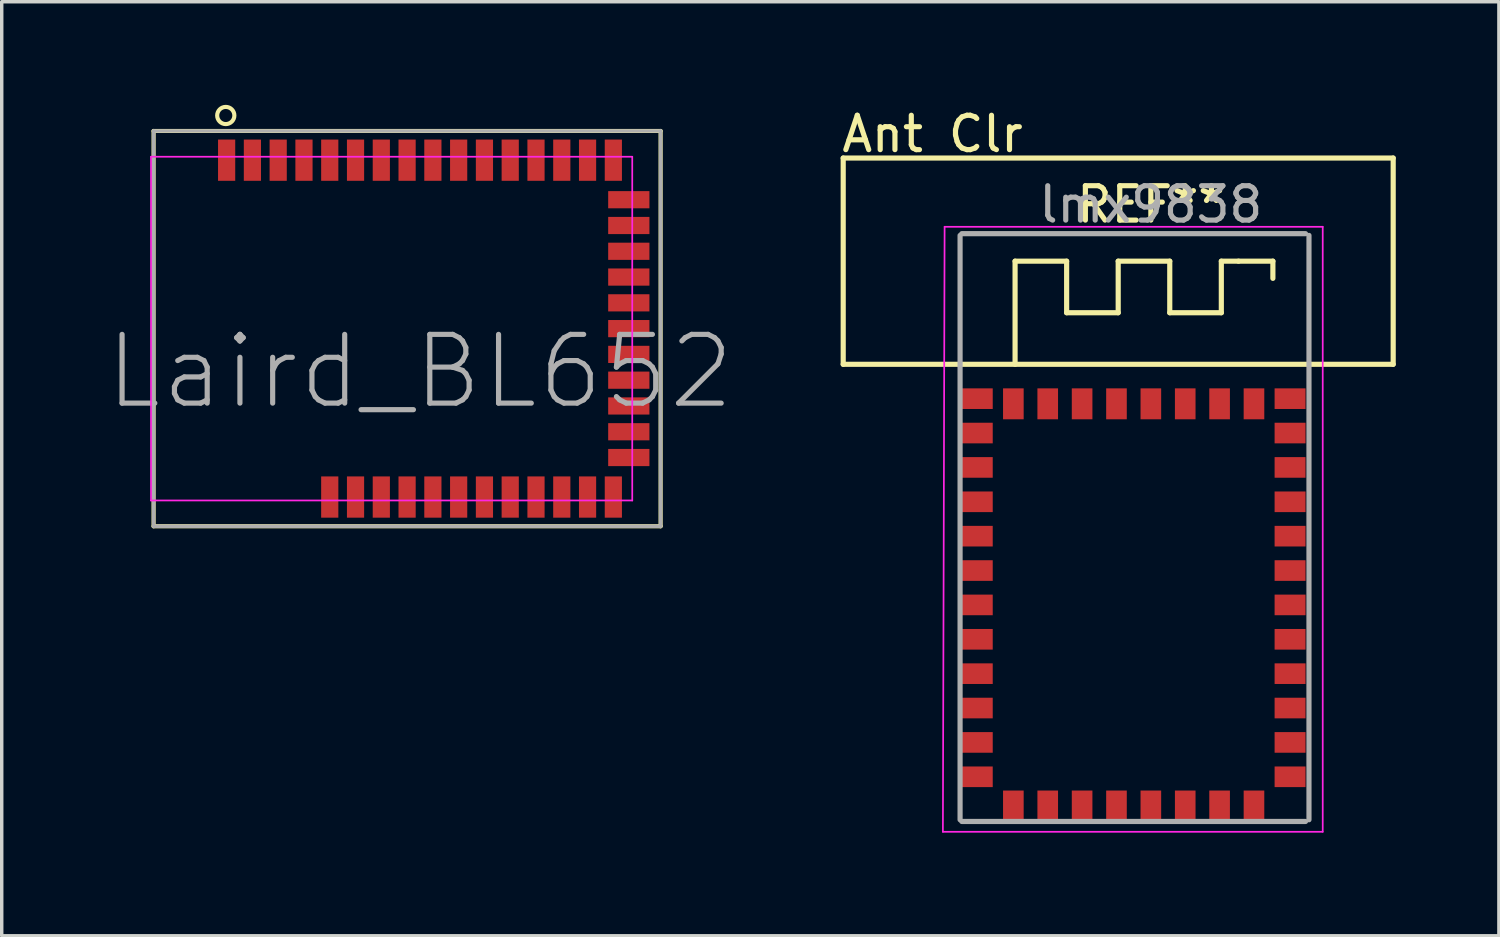
<source format=kicad_pcb>
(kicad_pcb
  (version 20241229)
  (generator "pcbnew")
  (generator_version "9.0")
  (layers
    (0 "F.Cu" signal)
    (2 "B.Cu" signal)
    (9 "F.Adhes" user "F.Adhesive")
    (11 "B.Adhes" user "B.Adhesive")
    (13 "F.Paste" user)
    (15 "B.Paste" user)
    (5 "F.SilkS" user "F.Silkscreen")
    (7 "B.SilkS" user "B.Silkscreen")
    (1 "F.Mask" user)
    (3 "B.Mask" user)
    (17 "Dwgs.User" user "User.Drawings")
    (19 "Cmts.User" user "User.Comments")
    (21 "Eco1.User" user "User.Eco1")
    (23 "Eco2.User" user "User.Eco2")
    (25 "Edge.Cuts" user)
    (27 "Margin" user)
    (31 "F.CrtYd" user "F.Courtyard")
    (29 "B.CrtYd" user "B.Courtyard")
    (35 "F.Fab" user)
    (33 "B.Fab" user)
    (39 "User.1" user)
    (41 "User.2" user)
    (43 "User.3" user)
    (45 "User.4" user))
  (footprint "Laird_BL652"
    (layer "F.Cu")
    (at 9.168 6.51)
    (property "Reference" "Laird_BL652" (at 0 1.25 0) (layer "F.Fab") (effects (font (size 2 2) (thickness 0.15))))
    (attr through_hole)
    (fp_line (start -7.75 -5.75) (end 7 -5.75) (stroke (width 0.12) (type solid)) (layer "F.SilkS"))
    (fp_line (start -7.75 5.75) (end -7.75 -5.75) (stroke (width 0.12) (type solid)) (layer "F.SilkS"))
    (fp_line (start 7 -5.75) (end 7 5.75) (stroke (width 0.12) (type solid)) (layer "F.SilkS"))
    (fp_line (start 7 5.75) (end -7.75 5.75) (stroke (width 0.12) (type solid)) (layer "F.SilkS"))
    (fp_circle (center -5.65 -6.2) (end -5.65 -5.95) (stroke (width 0.12) (type solid)) (fill no) (layer "F.SilkS"))
    (fp_line (start -7.825 -5) (end -7.825 5) (stroke (width 0.05) (type solid)) (layer "F.CrtYd"))
    (fp_line (start -7.825 -5) (end 6.175 -5) (stroke (width 0.05) (type solid)) (layer "F.CrtYd"))
    (fp_line (start 6.175 -5) (end 6.175 5) (stroke (width 0.05) (type solid)) (layer "F.CrtYd"))
    (fp_line (start 6.175 5) (end -7.825 5) (stroke (width 0.05) (type solid)) (layer "F.CrtYd"))
    (fp_line (start -7.75 -5.75) (end 7 -5.75) (stroke (width 0.1) (type solid)) (layer "F.Fab"))
    (fp_line (start -7.75 5.75) (end -7.75 -5.75) (stroke (width 0.1) (type solid)) (layer "F.Fab"))
    (fp_line (start 7 -5.75) (end 7 5.75) (stroke (width 0.1) (type solid)) (layer "F.Fab"))
    (fp_line (start 7 5.75) (end -7.75 5.75) (stroke (width 0.1) (type solid)) (layer "F.Fab"))
    (pad "1" smd rect (at -5.625 -4.9 90) (size 1.2 0.5) (layers "F.Cu" "F.Mask" "F.Paste"))
    (pad "2" smd rect (at -4.875 -4.9 90) (size 1.2 0.5) (layers "F.Cu" "F.Mask" "F.Paste"))
    (pad "3" smd rect (at -4.125 -4.9 90) (size 1.2 0.5) (layers "F.Cu" "F.Mask" "F.Paste"))
    (pad "4" smd rect (at -3.375 -4.9 90) (size 1.2 0.5) (layers "F.Cu" "F.Mask" "F.Paste"))
    (pad "5" smd rect (at -2.625 -4.9 90) (size 1.2 0.5) (layers "F.Cu" "F.Mask" "F.Paste"))
    (pad "6" smd rect (at -1.875 -4.9 90) (size 1.2 0.5) (layers "F.Cu" "F.Mask" "F.Paste"))
    (pad "7" smd rect (at -1.125 -4.9 90) (size 1.2 0.5) (layers "F.Cu" "F.Mask" "F.Paste"))
    (pad "8" smd rect (at -0.375 -4.9 90) (size 1.2 0.5) (layers "F.Cu" "F.Mask" "F.Paste"))
    (pad "9" smd rect (at 0.375 -4.9 90) (size 1.2 0.5) (layers "F.Cu" "F.Mask" "F.Paste"))
    (pad "10" smd rect (at 1.125 -4.9 90) (size 1.2 0.5) (layers "F.Cu" "F.Mask" "F.Paste"))
    (pad "11" smd rect (at 1.875 -4.9 90) (size 1.2 0.5) (layers "F.Cu" "F.Mask" "F.Paste"))
    (pad "12" smd rect (at 2.625 -4.9 90) (size 1.2 0.5) (layers "F.Cu" "F.Mask" "F.Paste"))
    (pad "13" smd rect (at 3.375 -4.9 90) (size 1.2 0.5) (layers "F.Cu" "F.Mask" "F.Paste"))
    (pad "14" smd rect (at 4.125 -4.9 90) (size 1.2 0.5) (layers "F.Cu" "F.Mask" "F.Paste"))
    (pad "15" smd rect (at 4.875 -4.9 90) (size 1.2 0.5) (layers "F.Cu" "F.Mask" "F.Paste"))
    (pad "16" smd rect (at 5.625 -4.9 90) (size 1.2 0.5) (layers "F.Cu" "F.Mask" "F.Paste"))
    (pad "17" smd rect (at 6.075 -3.75) (size 1.2 0.5) (layers "F.Cu" "F.Mask" "F.Paste"))
    (pad "18" smd rect (at 6.075 -3) (size 1.2 0.5) (layers "F.Cu" "F.Mask" "F.Paste"))
    (pad "19" smd rect (at 6.075 -2.25) (size 1.2 0.5) (layers "F.Cu" "F.Mask" "F.Paste"))
    (pad "20" smd rect (at 6.075 -1.5) (size 1.2 0.5) (layers "F.Cu" "F.Mask" "F.Paste"))
    (pad "21" smd rect (at 6.075 -0.75) (size 1.2 0.5) (layers "F.Cu" "F.Mask" "F.Paste"))
    (pad "22" smd rect (at 6.075 0) (size 1.2 0.5) (layers "F.Cu" "F.Mask" "F.Paste"))
    (pad "23" smd rect (at 6.075 0.75) (size 1.2 0.5) (layers "F.Cu" "F.Mask" "F.Paste"))
    (pad "24" smd rect (at 6.075 1.5) (size 1.2 0.5) (layers "F.Cu" "F.Mask" "F.Paste"))
    (pad "25" smd rect (at 6.075 2.25) (size 1.2 0.5) (layers "F.Cu" "F.Mask" "F.Paste"))
    (pad "26" smd rect (at 6.075 3) (size 1.2 0.5) (layers "F.Cu" "F.Mask" "F.Paste"))
    (pad "27" smd rect (at 6.075 3.75) (size 1.2 0.5) (layers "F.Cu" "F.Mask" "F.Paste"))
    (pad "28" smd rect (at 5.625 4.9 90) (size 1.2 0.5) (layers "F.Cu" "F.Mask" "F.Paste"))
    (pad "29" smd rect (at 4.875 4.9 90) (size 1.2 0.5) (layers "F.Cu" "F.Mask" "F.Paste"))
    (pad "30" smd rect (at 4.125 4.9 90) (size 1.2 0.5) (layers "F.Cu" "F.Mask" "F.Paste"))
    (pad "31" smd rect (at 3.375 4.9 90) (size 1.2 0.5) (layers "F.Cu" "F.Mask" "F.Paste"))
    (pad "32" smd rect (at 2.625 4.9 90) (size 1.2 0.5) (layers "F.Cu" "F.Mask" "F.Paste"))
    (pad "33" smd rect (at 1.875 4.9 90) (size 1.2 0.5) (layers "F.Cu" "F.Mask" "F.Paste"))
    (pad "34" smd rect (at 1.125 4.9 90) (size 1.2 0.5) (layers "F.Cu" "F.Mask" "F.Paste"))
    (pad "35" smd rect (at 0.375 4.9 90) (size 1.2 0.5) (layers "F.Cu" "F.Mask" "F.Paste"))
    (pad "36" smd rect (at -0.375 4.9 90) (size 1.2 0.5) (layers "F.Cu" "F.Mask" "F.Paste"))
    (pad "37" smd rect (at -1.125 4.9 90) (size 1.2 0.5) (layers "F.Cu" "F.Mask" "F.Paste"))
    (pad "38" smd rect (at -1.875 4.9 90) (size 1.2 0.5) (layers "F.Cu" "F.Mask" "F.Paste"))
    (pad "39" smd rect (at -2.625 4.9 90) (size 1.2 0.5) (layers "F.Cu" "F.Mask" "F.Paste")))
  (footprint "lmx9838"
    (layer "F.Cu")
    (at 29.93 14.548)
    (property "Reference" "lmx9838" (at 0.5 -11.65 0) (layer "F.Fab") (effects (font (size 1 1) (thickness 0.15))))
    (attr smd)
    (fp_line (start -8.45 -13) (end -8.45 -7) (stroke (width 0.15) (type solid)) (layer "F.SilkS"))
    (fp_line (start -8.45 -7) (end 7.55 -7) (stroke (width 0.15) (type solid)) (layer "F.SilkS"))
    (fp_line (start -3.45 -10) (end -1.95 -10) (stroke (width 0.15) (type solid)) (layer "F.SilkS"))
    (fp_line (start -3.45 -7) (end -3.45 -10) (stroke (width 0.15) (type solid)) (layer "F.SilkS"))
    (fp_line (start -1.95 -10) (end -1.95 -8.5) (stroke (width 0.15) (type solid)) (layer "F.SilkS"))
    (fp_line (start -1.95 -8.5) (end -0.45 -8.5) (stroke (width 0.15) (type solid)) (layer "F.SilkS"))
    (fp_line (start -0.45 -10) (end 1.05 -10) (stroke (width 0.15) (type solid)) (layer "F.SilkS"))
    (fp_line (start -0.45 -8.5) (end -0.45 -10) (stroke (width 0.15) (type solid)) (layer "F.SilkS"))
    (fp_line (start 1.05 -10) (end 1.05 -8.5) (stroke (width 0.15) (type solid)) (layer "F.SilkS"))
    (fp_line (start 1.05 -8.5) (end 2.55 -8.5) (stroke (width 0.15) (type solid)) (layer "F.SilkS"))
    (fp_line (start 2.55 -10) (end 3.05 -10) (stroke (width 0.15) (type solid)) (layer "F.SilkS"))
    (fp_line (start 2.55 -8.5) (end 2.55 -10) (stroke (width 0.15) (type solid)) (layer "F.SilkS"))
    (fp_line (start 3.05 -10) (end 4.05 -10) (stroke (width 0.15) (type solid)) (layer "F.SilkS"))
    (fp_line (start 4.05 -10) (end 4.05 -9.5) (stroke (width 0.15) (type solid)) (layer "F.SilkS"))
    (fp_line (start 7.55 -13) (end -8.45 -13) (stroke (width 0.15) (type solid)) (layer "F.SilkS"))
    (fp_line (start 7.55 -7) (end 7.55 -13) (stroke (width 0.15) (type solid)) (layer "F.SilkS"))
    (fp_line (start -5.55 6.6) (end 5.5 6.6) (stroke (width 0.05) (type solid)) (layer "F.CrtYd"))
    (fp_line (start -5.5 -11) (end -5.55 6.6) (stroke (width 0.05) (type solid)) (layer "F.CrtYd"))
    (fp_line (start 5.5 -11) (end -5.5 -11) (stroke (width 0.05) (type solid)) (layer "F.CrtYd"))
    (fp_line (start 5.5 6.6) (end 5.5 -11) (stroke (width 0.05) (type solid)) (layer "F.CrtYd"))
    (fp_line (start -5.05 -10.75) (end -5.05 6.25) (stroke (width 0.15) (type solid)) (layer "F.Fab"))
    (fp_line (start -5 -10.8) (end 5 -10.8) (stroke (width 0.15) (type solid)) (layer "F.Fab"))
    (fp_line (start 5 6.3) (end -5 6.3) (stroke (width 0.15) (type solid)) (layer "F.Fab"))
    (fp_line (start 5.1 -10.75) (end 5.1 6.25) (stroke (width 0.15) (type solid)) (layer "F.Fab"))
    (fp_text user "REF**" (at 0.5 -11.65 0) (layer "F.SilkS") (effects (font (size 1 1) (thickness 0.15))))
    (fp_text user "Ant Clr" (at -5.85 -13.7 0) (layer "F.SilkS") (effects (font (size 1 1) (thickness 0.15))))
    (pad "1" smd rect (at -4.55 -6) (size 0.9 0.6) (layers "F.Cu" "F.Mask" "F.Paste"))
    (pad "2" smd rect (at -4.55 -5) (size 0.9 0.6) (layers "F.Cu" "F.Mask" "F.Paste"))
    (pad "3" smd rect (at -4.55 -4) (size 0.9 0.6) (layers "F.Cu" "F.Mask" "F.Paste"))
    (pad "4" smd rect (at -4.55 -3) (size 0.9 0.6) (layers "F.Cu" "F.Mask" "F.Paste"))
    (pad "5" smd rect (at -4.55 -2) (size 0.9 0.6) (layers "F.Cu" "F.Mask" "F.Paste"))
    (pad "6" smd rect (at -4.55 -1) (size 0.9 0.6) (layers "F.Cu" "F.Mask" "F.Paste"))
    (pad "7" smd rect (at -4.55 0) (size 0.9 0.6) (layers "F.Cu" "F.Mask" "F.Paste"))
    (pad "8" smd rect (at -4.55 1) (size 0.9 0.6) (layers "F.Cu" "F.Mask" "F.Paste"))
    (pad "9" smd rect (at -4.55 2) (size 0.9 0.6) (layers "F.Cu" "F.Mask" "F.Paste"))
    (pad "10" smd rect (at -4.55 3) (size 0.9 0.6) (layers "F.Cu" "F.Mask" "F.Paste"))
    (pad "11" smd rect (at -4.55 4) (size 0.9 0.6) (layers "F.Cu" "F.Mask" "F.Paste"))
    (pad "12" smd rect (at -4.55 5) (size 0.9 0.6) (layers "F.Cu" "F.Mask" "F.Paste"))
    (pad "13" smd rect (at -3.5 5.85) (size 0.6 0.9) (layers "F.Cu" "F.Mask" "F.Paste"))
    (pad "14" smd rect (at -2.5 5.85) (size 0.6 0.9) (layers "F.Cu" "F.Mask" "F.Paste"))
    (pad "15" smd rect (at -1.5 5.85) (size 0.6 0.9) (layers "F.Cu" "F.Mask" "F.Paste"))
    (pad "16" smd rect (at -0.5 5.85) (size 0.6 0.9) (layers "F.Cu" "F.Mask" "F.Paste"))
    (pad "17" smd rect (at 0.5 5.85) (size 0.6 0.9) (layers "F.Cu" "F.Mask" "F.Paste"))
    (pad "18" smd rect (at 1.5 5.85) (size 0.6 0.9) (layers "F.Cu" "F.Mask" "F.Paste"))
    (pad "19" smd rect (at 2.5 5.85) (size 0.6 0.9) (layers "F.Cu" "F.Mask" "F.Paste"))
    (pad "20" smd rect (at 3.5 5.85) (size 0.6 0.9) (layers "F.Cu" "F.Mask" "F.Paste"))
    (pad "21" smd rect (at 4.55 5) (size 0.9 0.6) (layers "F.Cu" "F.Mask" "F.Paste"))
    (pad "22" smd rect (at 4.55 4) (size 0.9 0.6) (layers "F.Cu" "F.Mask" "F.Paste"))
    (pad "23" smd rect (at 4.55 3) (size 0.9 0.6) (layers "F.Cu" "F.Mask" "F.Paste"))
    (pad "24" smd rect (at 4.55 2) (size 0.9 0.6) (layers "F.Cu" "F.Mask" "F.Paste"))
    (pad "25" smd rect (at 4.55 1) (size 0.9 0.6) (layers "F.Cu" "F.Mask" "F.Paste"))
    (pad "26" smd rect (at 4.55 0) (size 0.9 0.6) (layers "F.Cu" "F.Mask" "F.Paste"))
    (pad "27" smd rect (at 4.55 -1) (size 0.9 0.6) (layers "F.Cu" "F.Mask" "F.Paste"))
    (pad "28" smd rect (at 4.55 -2) (size 0.9 0.6) (layers "F.Cu" "F.Mask" "F.Paste"))
    (pad "29" smd rect (at 4.55 -3) (size 0.9 0.6) (layers "F.Cu" "F.Mask" "F.Paste"))
    (pad "30" smd rect (at 4.55 -4) (size 0.9 0.6) (layers "F.Cu" "F.Mask" "F.Paste"))
    (pad "31" smd rect (at 4.55 -5) (size 0.9 0.6) (layers "F.Cu" "F.Mask" "F.Paste"))
    (pad "32" smd rect (at 4.55 -6) (size 0.9 0.6) (layers "F.Cu" "F.Mask" "F.Paste"))
    (pad "33" smd rect (at 3.5 -5.85) (size 0.6 0.9) (layers "F.Cu" "F.Mask" "F.Paste"))
    (pad "34" smd rect (at 2.5 -5.85) (size 0.6 0.9) (layers "F.Cu" "F.Mask" "F.Paste"))
    (pad "35" smd rect (at 1.5 -5.85) (size 0.6 0.9) (layers "F.Cu" "F.Mask" "F.Paste"))
    (pad "36" smd rect (at 0.5 -5.85) (size 0.6 0.9) (layers "F.Cu" "F.Mask" "F.Paste"))
    (pad "37" smd rect (at -0.5 -5.85) (size 0.6 0.9) (layers "F.Cu" "F.Mask" "F.Paste"))
    (pad "38" smd rect (at -1.5 -5.85) (size 0.6 0.9) (layers "F.Cu" "F.Mask" "F.Paste"))
    (pad "39" smd rect (at -2.5 -5.85) (size 0.6 0.9) (layers "F.Cu" "F.Mask" "F.Paste"))
    (pad "40" smd rect (at -3.5 -5.85) (size 0.6 0.9) (layers "F.Cu" "F.Mask" "F.Paste")))
  (gr_rect
    (start -3 -3)
    (end 40.555 24.173)
    (stroke (width 0.1) (type default))
    (fill no)
    (layer "Edge.Cuts")))
</source>
